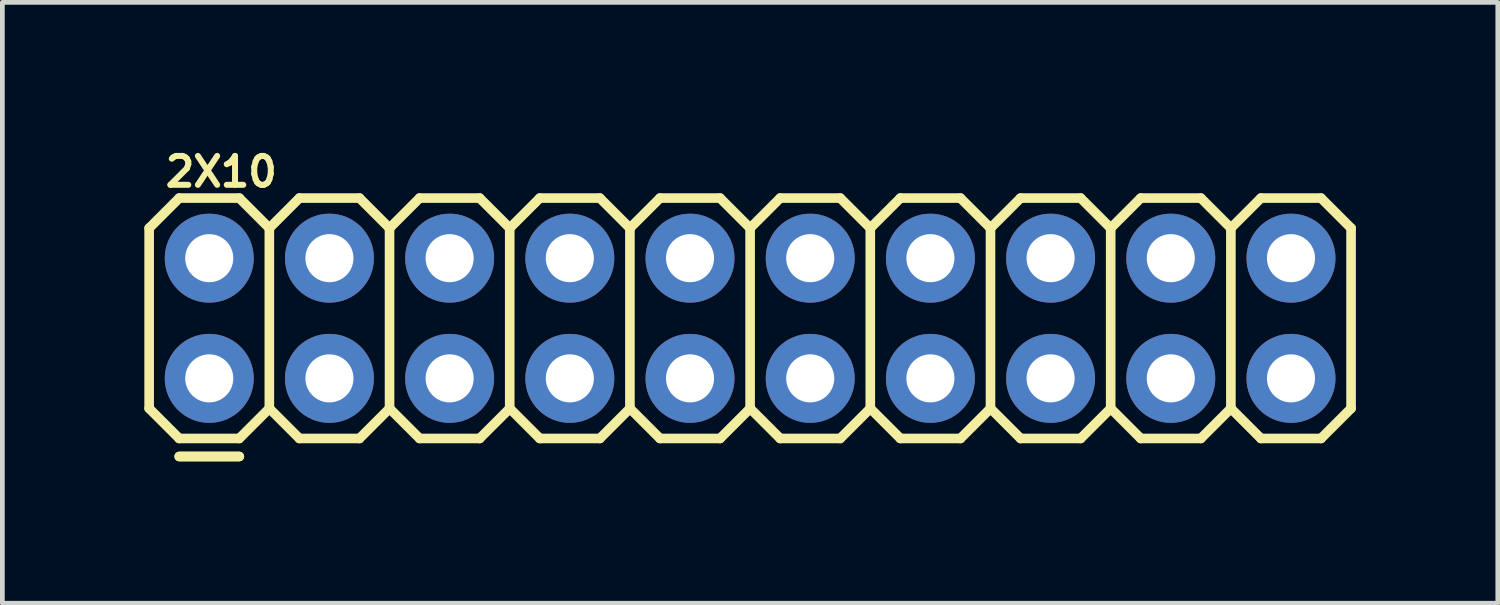
<source format=kicad_pcb>
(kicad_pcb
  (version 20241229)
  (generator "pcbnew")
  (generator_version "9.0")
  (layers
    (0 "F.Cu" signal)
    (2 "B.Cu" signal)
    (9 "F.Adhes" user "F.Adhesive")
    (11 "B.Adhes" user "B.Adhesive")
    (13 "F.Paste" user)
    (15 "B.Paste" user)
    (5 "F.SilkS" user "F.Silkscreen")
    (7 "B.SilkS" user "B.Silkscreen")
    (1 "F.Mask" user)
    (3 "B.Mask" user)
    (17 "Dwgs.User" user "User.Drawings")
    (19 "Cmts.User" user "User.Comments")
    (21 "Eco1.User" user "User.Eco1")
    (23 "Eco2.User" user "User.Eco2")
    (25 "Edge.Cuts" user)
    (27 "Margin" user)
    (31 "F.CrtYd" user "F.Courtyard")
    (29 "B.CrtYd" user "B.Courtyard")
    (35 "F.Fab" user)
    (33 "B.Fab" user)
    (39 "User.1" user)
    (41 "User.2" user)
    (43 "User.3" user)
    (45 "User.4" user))
  (footprint "2X10"
    (layer "F.Cu")
    (at 1.372 4.946)
    (property "Reference" "2X10" (at 0.254 -4.366 0) (layer "F.SilkS") (effects (font (size 0.61 0.61) (thickness 0.127))))
    (attr exclude_from_pos_files exclude_from_bom)
    (fp_line (start -1.27 -3.175) (end -0.635 -3.81) (stroke (width 0.203) (type solid)) (layer "F.SilkS"))
    (fp_line (start -1.27 0.635) (end -1.27 -3.175) (stroke (width 0.203) (type solid)) (layer "F.SilkS"))
    (fp_line (start -1.27 0.635) (end -0.635 1.27) (stroke (width 0.203) (type solid)) (layer "F.SilkS"))
    (fp_line (start -0.635 -3.81) (end 0.635 -3.81) (stroke (width 0.203) (type solid)) (layer "F.SilkS"))
    (fp_line (start -0.635 1.27) (end 0.635 1.27) (stroke (width 0.203) (type solid)) (layer "F.SilkS"))
    (fp_line (start -0.635 1.651) (end 0.635 1.651) (stroke (width 0.203) (type solid)) (layer "F.SilkS"))
    (fp_line (start -0.635 1.651) (end 0.635 1.651) (stroke (width 0.203) (type solid)) (layer "F.SilkS"))
    (fp_line (start 0.635 -3.81) (end 1.27 -3.175) (stroke (width 0.203) (type solid)) (layer "F.SilkS"))
    (fp_line (start 0.635 1.27) (end 1.27 0.635) (stroke (width 0.203) (type solid)) (layer "F.SilkS"))
    (fp_line (start 1.27 -3.175) (end 1.27 0.635) (stroke (width 0.203) (type solid)) (layer "F.SilkS"))
    (fp_line (start 1.27 -3.175) (end 1.905 -3.81) (stroke (width 0.203) (type solid)) (layer "F.SilkS"))
    (fp_line (start 1.27 0.635) (end 1.905 1.27) (stroke (width 0.203) (type solid)) (layer "F.SilkS"))
    (fp_line (start 1.905 -3.81) (end 3.175 -3.81) (stroke (width 0.203) (type solid)) (layer "F.SilkS"))
    (fp_line (start 1.905 1.27) (end 3.175 1.27) (stroke (width 0.203) (type solid)) (layer "F.SilkS"))
    (fp_line (start 3.175 -3.81) (end 3.81 -3.175) (stroke (width 0.203) (type solid)) (layer "F.SilkS"))
    (fp_line (start 3.175 1.27) (end 3.81 0.635) (stroke (width 0.203) (type solid)) (layer "F.SilkS"))
    (fp_line (start 3.81 -3.175) (end 3.81 0.635) (stroke (width 0.203) (type solid)) (layer "F.SilkS"))
    (fp_line (start 3.81 -3.175) (end 4.445 -3.81) (stroke (width 0.203) (type solid)) (layer "F.SilkS"))
    (fp_line (start 3.81 0.635) (end 4.445 1.27) (stroke (width 0.203) (type solid)) (layer "F.SilkS"))
    (fp_line (start 4.445 -3.81) (end 5.715 -3.81) (stroke (width 0.203) (type solid)) (layer "F.SilkS"))
    (fp_line (start 4.445 1.27) (end 5.715 1.27) (stroke (width 0.203) (type solid)) (layer "F.SilkS"))
    (fp_line (start 5.715 -3.81) (end 6.35 -3.175) (stroke (width 0.203) (type solid)) (layer "F.SilkS"))
    (fp_line (start 5.715 1.27) (end 6.35 0.635) (stroke (width 0.203) (type solid)) (layer "F.SilkS"))
    (fp_line (start 6.35 -3.175) (end 6.35 0.635) (stroke (width 0.203) (type solid)) (layer "F.SilkS"))
    (fp_line (start 6.35 -3.175) (end 6.985 -3.81) (stroke (width 0.203) (type solid)) (layer "F.SilkS"))
    (fp_line (start 6.35 0.635) (end 6.985 1.27) (stroke (width 0.203) (type solid)) (layer "F.SilkS"))
    (fp_line (start 6.985 -3.81) (end 8.255 -3.81) (stroke (width 0.203) (type solid)) (layer "F.SilkS"))
    (fp_line (start 6.985 1.27) (end 8.255 1.27) (stroke (width 0.203) (type solid)) (layer "F.SilkS"))
    (fp_line (start 8.255 -3.81) (end 8.89 -3.175) (stroke (width 0.203) (type solid)) (layer "F.SilkS"))
    (fp_line (start 8.255 1.27) (end 8.89 0.635) (stroke (width 0.203) (type solid)) (layer "F.SilkS"))
    (fp_line (start 8.89 -3.175) (end 8.89 0.635) (stroke (width 0.203) (type solid)) (layer "F.SilkS"))
    (fp_line (start 8.89 -3.175) (end 9.525 -3.81) (stroke (width 0.203) (type solid)) (layer "F.SilkS"))
    (fp_line (start 8.89 0.635) (end 9.525 1.27) (stroke (width 0.203) (type solid)) (layer "F.SilkS"))
    (fp_line (start 9.525 -3.81) (end 10.795 -3.81) (stroke (width 0.203) (type solid)) (layer "F.SilkS"))
    (fp_line (start 9.525 1.27) (end 10.795 1.27) (stroke (width 0.203) (type solid)) (layer "F.SilkS"))
    (fp_line (start 10.795 -3.81) (end 11.43 -3.175) (stroke (width 0.203) (type solid)) (layer "F.SilkS"))
    (fp_line (start 10.795 1.27) (end 11.43 0.635) (stroke (width 0.203) (type solid)) (layer "F.SilkS"))
    (fp_line (start 11.43 -3.175) (end 11.43 0.635) (stroke (width 0.203) (type solid)) (layer "F.SilkS"))
    (fp_line (start 11.43 -3.175) (end 12.065 -3.81) (stroke (width 0.203) (type solid)) (layer "F.SilkS"))
    (fp_line (start 11.43 0.635) (end 12.065 1.27) (stroke (width 0.203) (type solid)) (layer "F.SilkS"))
    (fp_line (start 12.065 -3.81) (end 13.335 -3.81) (stroke (width 0.203) (type solid)) (layer "F.SilkS"))
    (fp_line (start 12.065 1.27) (end 13.335 1.27) (stroke (width 0.203) (type solid)) (layer "F.SilkS"))
    (fp_line (start 13.335 -3.81) (end 13.97 -3.175) (stroke (width 0.203) (type solid)) (layer "F.SilkS"))
    (fp_line (start 13.335 1.27) (end 13.97 0.635) (stroke (width 0.203) (type solid)) (layer "F.SilkS"))
    (fp_line (start 13.97 -3.175) (end 13.97 0.635) (stroke (width 0.203) (type solid)) (layer "F.SilkS"))
    (fp_line (start 13.97 -3.175) (end 14.605 -3.81) (stroke (width 0.203) (type solid)) (layer "F.SilkS"))
    (fp_line (start 13.97 0.635) (end 14.605 1.27) (stroke (width 0.203) (type solid)) (layer "F.SilkS"))
    (fp_line (start 14.605 -3.81) (end 15.875 -3.81) (stroke (width 0.203) (type solid)) (layer "F.SilkS"))
    (fp_line (start 14.605 1.27) (end 15.875 1.27) (stroke (width 0.203) (type solid)) (layer "F.SilkS"))
    (fp_line (start 15.875 -3.81) (end 16.51 -3.175) (stroke (width 0.203) (type solid)) (layer "F.SilkS"))
    (fp_line (start 16.51 -3.175) (end 16.51 0.635) (stroke (width 0.203) (type solid)) (layer "F.SilkS"))
    (fp_line (start 16.51 -3.175) (end 17.145 -3.81) (stroke (width 0.203) (type solid)) (layer "F.SilkS"))
    (fp_line (start 16.51 0.635) (end 15.875 1.27) (stroke (width 0.203) (type solid)) (layer "F.SilkS"))
    (fp_line (start 16.51 0.635) (end 17.145 1.27) (stroke (width 0.203) (type solid)) (layer "F.SilkS"))
    (fp_line (start 17.145 -3.81) (end 18.415 -3.81) (stroke (width 0.203) (type solid)) (layer "F.SilkS"))
    (fp_line (start 17.145 1.27) (end 18.415 1.27) (stroke (width 0.203) (type solid)) (layer "F.SilkS"))
    (fp_line (start 18.415 -3.81) (end 19.05 -3.175) (stroke (width 0.203) (type solid)) (layer "F.SilkS"))
    (fp_line (start 19.05 -3.175) (end 19.05 0.635) (stroke (width 0.203) (type solid)) (layer "F.SilkS"))
    (fp_line (start 19.05 -3.175) (end 19.685 -3.81) (stroke (width 0.203) (type solid)) (layer "F.SilkS"))
    (fp_line (start 19.05 0.635) (end 18.415 1.27) (stroke (width 0.203) (type solid)) (layer "F.SilkS"))
    (fp_line (start 19.05 0.635) (end 19.685 1.27) (stroke (width 0.203) (type solid)) (layer "F.SilkS"))
    (fp_line (start 19.685 -3.81) (end 20.955 -3.81) (stroke (width 0.203) (type solid)) (layer "F.SilkS"))
    (fp_line (start 19.685 1.27) (end 20.955 1.27) (stroke (width 0.203) (type solid)) (layer "F.SilkS"))
    (fp_line (start 20.955 -3.81) (end 21.59 -3.175) (stroke (width 0.203) (type solid)) (layer "F.SilkS"))
    (fp_line (start 21.59 -3.175) (end 21.59 0.635) (stroke (width 0.203) (type solid)) (layer "F.SilkS"))
    (fp_line (start 21.59 -3.175) (end 22.225 -3.81) (stroke (width 0.203) (type solid)) (layer "F.SilkS"))
    (fp_line (start 21.59 0.635) (end 20.955 1.27) (stroke (width 0.203) (type solid)) (layer "F.SilkS"))
    (fp_line (start 21.59 0.635) (end 22.225 1.27) (stroke (width 0.203) (type solid)) (layer "F.SilkS"))
    (fp_line (start 22.225 -3.81) (end 23.495 -3.81) (stroke (width 0.203) (type solid)) (layer "F.SilkS"))
    (fp_line (start 22.225 1.27) (end 23.495 1.27) (stroke (width 0.203) (type solid)) (layer "F.SilkS"))
    (fp_line (start 23.495 -3.81) (end 24.13 -3.175) (stroke (width 0.203) (type solid)) (layer "F.SilkS"))
    (fp_line (start 24.13 -3.175) (end 24.13 0.635) (stroke (width 0.203) (type solid)) (layer "F.SilkS"))
    (fp_line (start 24.13 0.635) (end 23.495 1.27) (stroke (width 0.203) (type solid)) (layer "F.SilkS"))
    (fp_line (start -0.254 -2.794) (end 0.254 -2.794) (stroke (width 0.066) (type solid)) (layer "Dwgs.User"))
    (fp_line (start -0.254 -2.286) (end -0.254 -2.794) (stroke (width 0.066) (type solid)) (layer "Dwgs.User"))
    (fp_line (start -0.254 -2.286) (end 0.254 -2.286) (stroke (width 0.066) (type solid)) (layer "Dwgs.User"))
    (fp_line (start -0.254 -0.254) (end 0.254 -0.254) (stroke (width 0.066) (type solid)) (layer "Dwgs.User"))
    (fp_line (start -0.254 0.254) (end -0.254 -0.254) (stroke (width 0.066) (type solid)) (layer "Dwgs.User"))
    (fp_line (start -0.254 0.254) (end 0.254 0.254) (stroke (width 0.066) (type solid)) (layer "Dwgs.User"))
    (fp_line (start 0.254 -2.286) (end 0.254 -2.794) (stroke (width 0.066) (type solid)) (layer "Dwgs.User"))
    (fp_line (start 0.254 0.254) (end 0.254 -0.254) (stroke (width 0.066) (type solid)) (layer "Dwgs.User"))
    (fp_line (start 2.286 -2.794) (end 2.794 -2.794) (stroke (width 0.066) (type solid)) (layer "Dwgs.User"))
    (fp_line (start 2.286 -2.286) (end 2.286 -2.794) (stroke (width 0.066) (type solid)) (layer "Dwgs.User"))
    (fp_line (start 2.286 -2.286) (end 2.794 -2.286) (stroke (width 0.066) (type solid)) (layer "Dwgs.User"))
    (fp_line (start 2.286 -0.254) (end 2.794 -0.254) (stroke (width 0.066) (type solid)) (layer "Dwgs.User"))
    (fp_line (start 2.286 0.254) (end 2.286 -0.254) (stroke (width 0.066) (type solid)) (layer "Dwgs.User"))
    (fp_line (start 2.286 0.254) (end 2.794 0.254) (stroke (width 0.066) (type solid)) (layer "Dwgs.User"))
    (fp_line (start 2.794 -2.286) (end 2.794 -2.794) (stroke (width 0.066) (type solid)) (layer "Dwgs.User"))
    (fp_line (start 2.794 0.254) (end 2.794 -0.254) (stroke (width 0.066) (type solid)) (layer "Dwgs.User"))
    (fp_line (start 4.826 -2.794) (end 5.334 -2.794) (stroke (width 0.066) (type solid)) (layer "Dwgs.User"))
    (fp_line (start 4.826 -2.286) (end 4.826 -2.794) (stroke (width 0.066) (type solid)) (layer "Dwgs.User"))
    (fp_line (start 4.826 -2.286) (end 5.334 -2.286) (stroke (width 0.066) (type solid)) (layer "Dwgs.User"))
    (fp_line (start 4.826 -0.254) (end 5.334 -0.254) (stroke (width 0.066) (type solid)) (layer "Dwgs.User"))
    (fp_line (start 4.826 0.254) (end 4.826 -0.254) (stroke (width 0.066) (type solid)) (layer "Dwgs.User"))
    (fp_line (start 4.826 0.254) (end 5.334 0.254) (stroke (width 0.066) (type solid)) (layer "Dwgs.User"))
    (fp_line (start 5.334 -2.286) (end 5.334 -2.794) (stroke (width 0.066) (type solid)) (layer "Dwgs.User"))
    (fp_line (start 5.334 0.254) (end 5.334 -0.254) (stroke (width 0.066) (type solid)) (layer "Dwgs.User"))
    (fp_line (start 7.366 -2.794) (end 7.874 -2.794) (stroke (width 0.066) (type solid)) (layer "Dwgs.User"))
    (fp_line (start 7.366 -2.286) (end 7.366 -2.794) (stroke (width 0.066) (type solid)) (layer "Dwgs.User"))
    (fp_line (start 7.366 -2.286) (end 7.874 -2.286) (stroke (width 0.066) (type solid)) (layer "Dwgs.User"))
    (fp_line (start 7.366 -0.254) (end 7.874 -0.254) (stroke (width 0.066) (type solid)) (layer "Dwgs.User"))
    (fp_line (start 7.366 0.254) (end 7.366 -0.254) (stroke (width 0.066) (type solid)) (layer "Dwgs.User"))
    (fp_line (start 7.366 0.254) (end 7.874 0.254) (stroke (width 0.066) (type solid)) (layer "Dwgs.User"))
    (fp_line (start 7.874 -2.286) (end 7.874 -2.794) (stroke (width 0.066) (type solid)) (layer "Dwgs.User"))
    (fp_line (start 7.874 0.254) (end 7.874 -0.254) (stroke (width 0.066) (type solid)) (layer "Dwgs.User"))
    (fp_line (start 9.906 -2.794) (end 10.414 -2.794) (stroke (width 0.066) (type solid)) (layer "Dwgs.User"))
    (fp_line (start 9.906 -2.286) (end 9.906 -2.794) (stroke (width 0.066) (type solid)) (layer "Dwgs.User"))
    (fp_line (start 9.906 -2.286) (end 10.414 -2.286) (stroke (width 0.066) (type solid)) (layer "Dwgs.User"))
    (fp_line (start 9.906 -0.254) (end 10.414 -0.254) (stroke (width 0.066) (type solid)) (layer "Dwgs.User"))
    (fp_line (start 9.906 0.254) (end 9.906 -0.254) (stroke (width 0.066) (type solid)) (layer "Dwgs.User"))
    (fp_line (start 9.906 0.254) (end 10.414 0.254) (stroke (width 0.066) (type solid)) (layer "Dwgs.User"))
    (fp_line (start 10.414 -2.286) (end 10.414 -2.794) (stroke (width 0.066) (type solid)) (layer "Dwgs.User"))
    (fp_line (start 10.414 0.254) (end 10.414 -0.254) (stroke (width 0.066) (type solid)) (layer "Dwgs.User"))
    (fp_line (start 12.446 -2.794) (end 12.954 -2.794) (stroke (width 0.066) (type solid)) (layer "Dwgs.User"))
    (fp_line (start 12.446 -2.286) (end 12.446 -2.794) (stroke (width 0.066) (type solid)) (layer "Dwgs.User"))
    (fp_line (start 12.446 -2.286) (end 12.954 -2.286) (stroke (width 0.066) (type solid)) (layer "Dwgs.User"))
    (fp_line (start 12.446 -0.254) (end 12.954 -0.254) (stroke (width 0.066) (type solid)) (layer "Dwgs.User"))
    (fp_line (start 12.446 0.254) (end 12.446 -0.254) (stroke (width 0.066) (type solid)) (layer "Dwgs.User"))
    (fp_line (start 12.446 0.254) (end 12.954 0.254) (stroke (width 0.066) (type solid)) (layer "Dwgs.User"))
    (fp_line (start 12.954 -2.286) (end 12.954 -2.794) (stroke (width 0.066) (type solid)) (layer "Dwgs.User"))
    (fp_line (start 12.954 0.254) (end 12.954 -0.254) (stroke (width 0.066) (type solid)) (layer "Dwgs.User"))
    (fp_line (start 14.986 -2.794) (end 15.494 -2.794) (stroke (width 0.066) (type solid)) (layer "Dwgs.User"))
    (fp_line (start 14.986 -2.286) (end 14.986 -2.794) (stroke (width 0.066) (type solid)) (layer "Dwgs.User"))
    (fp_line (start 14.986 -2.286) (end 15.494 -2.286) (stroke (width 0.066) (type solid)) (layer "Dwgs.User"))
    (fp_line (start 14.986 -0.254) (end 15.494 -0.254) (stroke (width 0.066) (type solid)) (layer "Dwgs.User"))
    (fp_line (start 14.986 0.254) (end 14.986 -0.254) (stroke (width 0.066) (type solid)) (layer "Dwgs.User"))
    (fp_line (start 14.986 0.254) (end 15.494 0.254) (stroke (width 0.066) (type solid)) (layer "Dwgs.User"))
    (fp_line (start 15.494 -2.286) (end 15.494 -2.794) (stroke (width 0.066) (type solid)) (layer "Dwgs.User"))
    (fp_line (start 15.494 0.254) (end 15.494 -0.254) (stroke (width 0.066) (type solid)) (layer "Dwgs.User"))
    (fp_line (start 17.523 -2.794) (end 18.034 -2.794) (stroke (width 0.066) (type solid)) (layer "Dwgs.User"))
    (fp_line (start 17.523 -2.286) (end 17.523 -2.794) (stroke (width 0.066) (type solid)) (layer "Dwgs.User"))
    (fp_line (start 17.523 -2.286) (end 18.034 -2.286) (stroke (width 0.066) (type solid)) (layer "Dwgs.User"))
    (fp_line (start 17.523 -0.254) (end 18.034 -0.254) (stroke (width 0.066) (type solid)) (layer "Dwgs.User"))
    (fp_line (start 17.523 0.254) (end 17.523 -0.254) (stroke (width 0.066) (type solid)) (layer "Dwgs.User"))
    (fp_line (start 17.523 0.254) (end 18.034 0.254) (stroke (width 0.066) (type solid)) (layer "Dwgs.User"))
    (fp_line (start 18.034 -2.286) (end 18.034 -2.794) (stroke (width 0.066) (type solid)) (layer "Dwgs.User"))
    (fp_line (start 18.034 0.254) (end 18.034 -0.254) (stroke (width 0.066) (type solid)) (layer "Dwgs.User"))
    (fp_line (start 20.066 -2.794) (end 20.574 -2.794) (stroke (width 0.066) (type solid)) (layer "Dwgs.User"))
    (fp_line (start 20.066 -2.286) (end 20.066 -2.794) (stroke (width 0.066) (type solid)) (layer "Dwgs.User"))
    (fp_line (start 20.066 -2.286) (end 20.574 -2.286) (stroke (width 0.066) (type solid)) (layer "Dwgs.User"))
    (fp_line (start 20.066 -0.254) (end 20.574 -0.254) (stroke (width 0.066) (type solid)) (layer "Dwgs.User"))
    (fp_line (start 20.066 0.254) (end 20.066 -0.254) (stroke (width 0.066) (type solid)) (layer "Dwgs.User"))
    (fp_line (start 20.066 0.254) (end 20.574 0.254) (stroke (width 0.066) (type solid)) (layer "Dwgs.User"))
    (fp_line (start 20.574 -2.286) (end 20.574 -2.794) (stroke (width 0.066) (type solid)) (layer "Dwgs.User"))
    (fp_line (start 20.574 0.254) (end 20.574 -0.254) (stroke (width 0.066) (type solid)) (layer "Dwgs.User"))
    (fp_line (start 22.606 -2.794) (end 23.114 -2.794) (stroke (width 0.066) (type solid)) (layer "Dwgs.User"))
    (fp_line (start 22.606 -2.286) (end 22.606 -2.794) (stroke (width 0.066) (type solid)) (layer "Dwgs.User"))
    (fp_line (start 22.606 -2.286) (end 23.114 -2.286) (stroke (width 0.066) (type solid)) (layer "Dwgs.User"))
    (fp_line (start 22.606 -0.254) (end 23.114 -0.254) (stroke (width 0.066) (type solid)) (layer "Dwgs.User"))
    (fp_line (start 22.606 0.254) (end 22.606 -0.254) (stroke (width 0.066) (type solid)) (layer "Dwgs.User"))
    (fp_line (start 22.606 0.254) (end 23.114 0.254) (stroke (width 0.066) (type solid)) (layer "Dwgs.User"))
    (fp_line (start 23.114 -2.286) (end 23.114 -2.794) (stroke (width 0.066) (type solid)) (layer "Dwgs.User"))
    (fp_line (start 23.114 0.254) (end 23.114 -0.254) (stroke (width 0.066) (type solid)) (layer "Dwgs.User"))
    (pad "1" thru_hole circle (at 0 0) (size 1.88 1.88) (drill 1.016) (layers "*.Cu" "*.Paste" "*.Mask"))
    (pad "2" thru_hole circle (at 0 -2.54) (size 1.88 1.88) (drill 1.016) (layers "*.Cu" "*.Paste" "*.Mask"))
    (pad "3" thru_hole circle (at 2.54 0) (size 1.88 1.88) (drill 1.016) (layers "*.Cu" "*.Paste" "*.Mask"))
    (pad "4" thru_hole circle (at 2.54 -2.54) (size 1.88 1.88) (drill 1.016) (layers "*.Cu" "*.Paste" "*.Mask"))
    (pad "5" thru_hole circle (at 5.08 0) (size 1.88 1.88) (drill 1.016) (layers "*.Cu" "*.Paste" "*.Mask"))
    (pad "6" thru_hole circle (at 5.08 -2.54) (size 1.88 1.88) (drill 1.016) (layers "*.Cu" "*.Paste" "*.Mask"))
    (pad "7" thru_hole circle (at 7.62 0) (size 1.88 1.88) (drill 1.016) (layers "*.Cu" "*.Paste" "*.Mask"))
    (pad "8" thru_hole circle (at 7.62 -2.54) (size 1.88 1.88) (drill 1.016) (layers "*.Cu" "*.Paste" "*.Mask"))
    (pad "9" thru_hole circle (at 10.16 0) (size 1.88 1.88) (drill 1.016) (layers "*.Cu" "*.Paste" "*.Mask"))
    (pad "10" thru_hole circle (at 10.16 -2.54) (size 1.88 1.88) (drill 1.016) (layers "*.Cu" "*.Paste" "*.Mask"))
    (pad "11" thru_hole circle (at 12.7 0) (size 1.88 1.88) (drill 1.016) (layers "*.Cu" "*.Paste" "*.Mask"))
    (pad "12" thru_hole circle (at 12.7 -2.54) (size 1.88 1.88) (drill 1.016) (layers "*.Cu" "*.Paste" "*.Mask"))
    (pad "13" thru_hole circle (at 15.24 0) (size 1.88 1.88) (drill 1.016) (layers "*.Cu" "*.Paste" "*.Mask"))
    (pad "14" thru_hole circle (at 15.24 -2.54) (size 1.88 1.88) (drill 1.016) (layers "*.Cu" "*.Paste" "*.Mask"))
    (pad "15" thru_hole circle (at 17.78 0) (size 1.88 1.88) (drill 1.016) (layers "*.Cu" "*.Paste" "*.Mask"))
    (pad "16" thru_hole circle (at 17.78 -2.54) (size 1.88 1.88) (drill 1.016) (layers "*.Cu" "*.Paste" "*.Mask"))
    (pad "17" thru_hole circle (at 20.32 0) (size 1.88 1.88) (drill 1.016) (layers "*.Cu" "*.Paste" "*.Mask"))
    (pad "18" thru_hole circle (at 20.32 -2.54) (size 1.88 1.88) (drill 1.016) (layers "*.Cu" "*.Paste" "*.Mask"))
    (pad "19" thru_hole circle (at 22.86 0) (size 1.88 1.88) (drill 1.016) (layers "*.Cu" "*.Paste" "*.Mask"))
    (pad "20" thru_hole circle (at 22.86 -2.54) (size 1.88 1.88) (drill 1.016) (layers "*.Cu" "*.Paste" "*.Mask")))
  (gr_rect
    (start -3 -3)
    (end 28.603 9.698)
    (stroke (width 0.1) (type default))
    (fill no)
    (layer "Edge.Cuts")))
</source>
